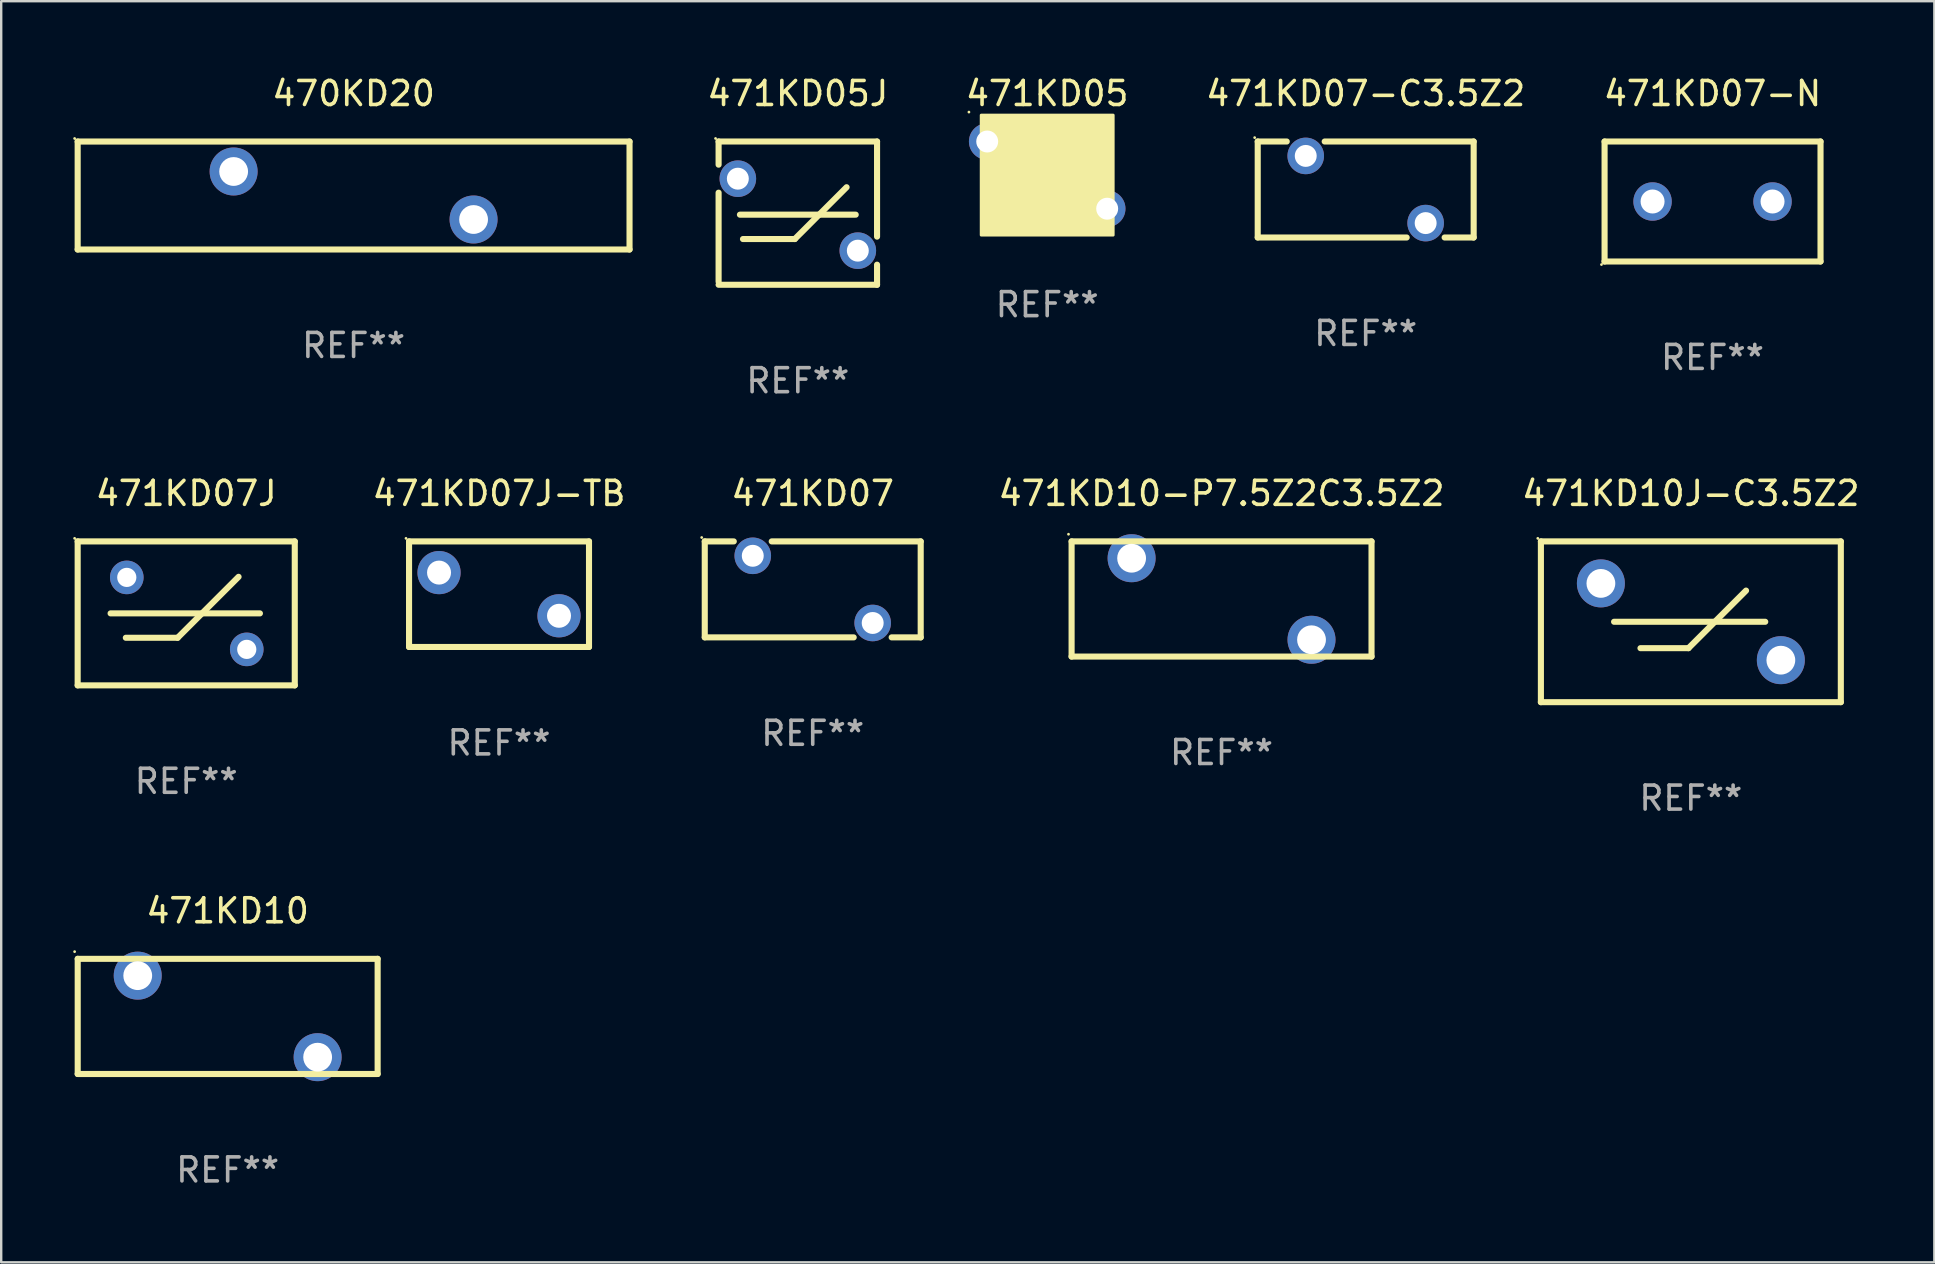
<source format=kicad_pcb>
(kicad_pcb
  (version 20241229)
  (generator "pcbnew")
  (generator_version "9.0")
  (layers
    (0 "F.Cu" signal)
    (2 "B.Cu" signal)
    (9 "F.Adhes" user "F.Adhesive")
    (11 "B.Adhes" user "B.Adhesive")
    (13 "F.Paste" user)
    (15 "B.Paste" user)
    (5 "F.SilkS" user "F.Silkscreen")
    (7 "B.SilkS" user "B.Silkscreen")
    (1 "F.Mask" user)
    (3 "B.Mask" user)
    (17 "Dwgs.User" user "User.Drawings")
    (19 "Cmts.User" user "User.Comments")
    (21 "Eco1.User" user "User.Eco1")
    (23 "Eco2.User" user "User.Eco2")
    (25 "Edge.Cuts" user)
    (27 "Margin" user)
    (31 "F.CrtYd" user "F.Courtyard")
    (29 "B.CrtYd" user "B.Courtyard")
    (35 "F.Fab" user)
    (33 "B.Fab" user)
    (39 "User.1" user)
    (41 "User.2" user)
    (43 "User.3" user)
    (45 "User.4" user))
  (footprint "471KD07-N"
    (layer "F.Cu")
    (at 68.323 5.348)
    (property "Reference" "471KD07-N" (at 0 -4.5 0) (layer "F.SilkS") (effects (font (size 1 1) (thickness 0.15))))
    (attr through_hole)
    (fp_line (start -4.499 -2.5) (end 4.501 -2.5) (stroke (width 0.254) (type solid)) (layer "F.SilkS"))
    (fp_line (start -4.499 2.5) (end -4.499 -2.5) (stroke (width 0.254) (type solid)) (layer "F.SilkS"))
    (fp_line (start 4.501 -2.5) (end 4.501 2.5) (stroke (width 0.254) (type solid)) (layer "F.SilkS"))
    (fp_line (start 4.501 2.5) (end -4.501 2.5) (stroke (width 0.254) (type solid)) (layer "F.SilkS"))
    (fp_circle (center -4.628 2.627) (end -4.598 2.627) (stroke (width 0.06) (type solid)) (fill no) (layer "F.SilkS"))
    (fp_text user "REF**" (at 0 6.5 0) (layer "F.Fab") (effects (font (size 1 1) (thickness 0.15))))
    (pad "1" thru_hole circle (at -2.499 -0.000013) (size 1.6 1.6) (drill 1) (layers "*.Cu" "*.Mask"))
    (pad "2" thru_hole circle (at 2.501 -0.000013) (size 1.6 1.6) (drill 1) (layers "*.Cu" "*.Mask")))
  (footprint "471KD05"
    (layer "F.Cu")
    (at 40.594 4.248)
    (property "Reference" "471KD05" (at 0 -3.4 0) (layer "F.SilkS") (effects (font (size 1 1) (thickness 0.15))))
    (attr through_hole)
    (fp_circle (center -3.262 -2.627) (end -3.232 -2.627) (stroke (width 0.06) (type solid)) (fill no) (layer "F.SilkS"))
    (fp_poly (pts (xy -2.75 -2.5) (xy 2.75 -2.5) (xy 2.75 2.5) (xy -2.75 2.5)) (stroke (width 0.12) (type solid)) (fill yes) (layer "F.SilkS"))
    (fp_text user "REF**" (at 0 5.4 0) (layer "F.Fab") (effects (font (size 1 1) (thickness 0.15))))
    (pad "1" thru_hole circle (at -2.5 -1.4) (size 1.524 1.524) (drill 0.914) (layers "*.Cu" "*.Mask"))
    (pad "2" thru_hole circle (at 2.5 1.4) (size 1.524 1.524) (drill 0.914) (layers "*.Cu" "*.Mask")))
  (footprint "471KD07J-TB"
    (layer "F.Cu")
    (at 17.748 21.714)
    (property "Reference" "471KD07J-TB" (at 0 -4.2 0) (layer "F.SilkS") (effects (font (size 1 1) (thickness 0.15))))
    (attr through_hole)
    (fp_line (start -3.75 -2.2) (end 3.75 -2.2) (stroke (width 0.254) (type solid)) (layer "F.SilkS"))
    (fp_line (start -3.75 2.2) (end -3.75 -2.2) (stroke (width 0.254) (type solid)) (layer "F.SilkS"))
    (fp_line (start 3.75 -2.2) (end 3.75 2.2) (stroke (width 0.254) (type solid)) (layer "F.SilkS"))
    (fp_line (start 3.75 2.2) (end -3.75 2.2) (stroke (width 0.254) (type solid)) (layer "F.SilkS"))
    (fp_circle (center -3.877 -2.327) (end -3.847 -2.327) (stroke (width 0.06) (type solid)) (fill no) (layer "F.SilkS"))
    (fp_text user "REF**" (at 0 6.2 0) (layer "F.Fab") (effects (font (size 1 1) (thickness 0.15))))
    (pad "1" thru_hole circle (at -2.5 -0.9) (size 1.8 1.8) (drill 1) (layers "*.Cu" "*.Mask"))
    (pad "2" thru_hole circle (at 2.5 0.9) (size 1.8 1.8) (drill 1) (layers "*.Cu" "*.Mask")))
  (footprint "471KD10-P7.5Z2C3.5Z2"
    (layer "F.Cu")
    (at 47.86 21.914)
    (property "Reference" "471KD10-P7.5Z2C3.5Z2" (at 0 -4.4 0) (layer "F.SilkS") (effects (font (size 1 1) (thickness 0.15))))
    (attr through_hole)
    (fp_line (start -6.249 -2.4) (end 6.251 -2.4) (stroke (width 0.254) (type solid)) (layer "F.SilkS"))
    (fp_line (start -6.249 2.4) (end -6.249 -2.4) (stroke (width 0.254) (type solid)) (layer "F.SilkS"))
    (fp_line (start 6.251 -2.4) (end 6.251 2.4) (stroke (width 0.254) (type solid)) (layer "F.SilkS"))
    (fp_line (start 6.251 2.4) (end -6.251 2.4) (stroke (width 0.254) (type solid)) (layer "F.SilkS"))
    (fp_circle (center -6.378 -2.699) (end -6.348 -2.699) (stroke (width 0.06) (type solid)) (fill no) (layer "F.SilkS"))
    (fp_text user "REF**" (at 0 6.4 0) (layer "F.Fab") (effects (font (size 1 1) (thickness 0.15))))
    (pad "1" thru_hole circle (at -3.748 -1.699) (size 2 2) (drill 1.2) (layers "*.Cu" "*.Mask"))
    (pad "2" thru_hole circle (at 3.75 1.699) (size 2 2) (drill 1.2) (layers "*.Cu" "*.Mask")))
  (footprint "471KD05J"
    (layer "F.Cu")
    (at 30.201 5.833)
    (property "Reference" "471KD05J" (at 0 -4.985 0) (layer "F.SilkS") (effects (font (size 1 1) (thickness 0.15))))
    (attr through_hole)
    (fp_line (start -3.302 -2.985) (end -3.302 -2.02) (stroke (width 0.254) (type solid)) (layer "F.SilkS"))
    (fp_line (start -3.302 -2.985) (end 3.302 -2.985) (stroke (width 0.254) (type solid)) (layer "F.SilkS"))
    (fp_line (start -3.302 -0.853) (end -3.302 2.858) (stroke (width 0.254) (type solid)) (layer "F.SilkS"))
    (fp_line (start -2.413 0.064) (end 2.413 0.064) (stroke (width 0.254) (type solid)) (layer "F.SilkS"))
    (fp_line (start -2.286 1.08) (end -0.127 1.08) (stroke (width 0.254) (type solid)) (layer "F.SilkS"))
    (fp_line (start -0.127 1.08) (end 2.032 -1.08) (stroke (width 0.254) (type solid)) (layer "F.SilkS"))
    (fp_line (start 3.302 -2.985) (end 3.302 0.979) (stroke (width 0.254) (type solid)) (layer "F.SilkS"))
    (fp_line (start 3.302 2.148) (end 3.302 2.985) (stroke (width 0.254) (type solid)) (layer "F.SilkS"))
    (fp_line (start 3.302 2.985) (end -3.302 2.985) (stroke (width 0.254) (type solid)) (layer "F.SilkS"))
    (fp_circle (center -3.429 -3.112) (end -3.399 -3.112) (stroke (width 0.06) (type solid)) (fill no) (layer "F.SilkS"))
    (fp_text user "REF**" (at 0 6.985 0) (layer "F.Fab") (effects (font (size 1 1) (thickness 0.15))))
    (pad "1" thru_hole circle (at -2.5 -1.436) (size 1.524 1.524) (drill 0.914) (layers "*.Cu" "*.Mask"))
    (pad "2" thru_hole circle (at 2.5 1.564) (size 1.524 1.524) (drill 0.914) (layers "*.Cu" "*.Mask")))
  (footprint "471KD10"
    (layer "F.Cu")
    (at 6.438 39.311)
    (property "Reference" "471KD10" (at 0 -4.4 0) (layer "F.SilkS") (effects (font (size 1 1) (thickness 0.15))))
    (attr through_hole)
    (fp_line (start -6.249 -2.4) (end 6.251 -2.4) (stroke (width 0.254) (type solid)) (layer "F.SilkS"))
    (fp_line (start -6.249 2.4) (end -6.249 -2.4) (stroke (width 0.254) (type solid)) (layer "F.SilkS"))
    (fp_line (start 6.251 -2.4) (end 6.251 2.4) (stroke (width 0.254) (type solid)) (layer "F.SilkS"))
    (fp_line (start 6.251 2.4) (end -6.251 2.4) (stroke (width 0.254) (type solid)) (layer "F.SilkS"))
    (fp_circle (center -6.378 -2.699) (end -6.348 -2.699) (stroke (width 0.06) (type solid)) (fill no) (layer "F.SilkS"))
    (fp_text user "REF**" (at 0 6.4 0) (layer "F.Fab") (effects (font (size 1 1) (thickness 0.15))))
    (pad "1" thru_hole circle (at -3.748 -1.699) (size 2 2) (drill 1.2) (layers "*.Cu" "*.Mask"))
    (pad "2" thru_hole circle (at 3.75 1.699) (size 2 2) (drill 1.2) (layers "*.Cu" "*.Mask")))
  (footprint "471KD07J"
    (layer "F.Cu")
    (at 4.711 22.514)
    (property "Reference" "471KD07J" (at 0 -5 0) (layer "F.SilkS") (effects (font (size 1 1) (thickness 0.15))))
    (attr through_hole)
    (fp_line (start -4.524 -3) (end -4.524 3) (stroke (width 0.254) (type solid)) (layer "F.SilkS"))
    (fp_line (start -4.524 -3) (end 4.524 -3) (stroke (width 0.254) (type solid)) (layer "F.SilkS"))
    (fp_line (start -4.524 3) (end 4.524 3) (stroke (width 0.254) (type solid)) (layer "F.SilkS"))
    (fp_line (start -3.152 0) (end 3.072 0) (stroke (width 0.254) (type solid)) (layer "F.SilkS"))
    (fp_line (start -2.517 1.016) (end -0.358 1.016) (stroke (width 0.254) (type solid)) (layer "F.SilkS"))
    (fp_line (start -0.358 1.016) (end 2.182 -1.524) (stroke (width 0.254) (type solid)) (layer "F.SilkS"))
    (fp_line (start 4.524 -3) (end 4.524 3) (stroke (width 0.254) (type solid)) (layer "F.SilkS"))
    (fp_circle (center -4.651 -3.127) (end -4.621 -3.127) (stroke (width 0.06) (type solid)) (fill no) (layer "F.SilkS"))
    (fp_text user "REF**" (at 0 7 0) (layer "F.Fab") (effects (font (size 1 1) (thickness 0.15))))
    (pad "1" thru_hole circle (at -2.477 -1.5) (size 1.4 1.4) (drill 0.8) (layers "*.Cu" "*.Mask"))
    (pad "2" thru_hole circle (at 2.523 1.5) (size 1.4 1.4) (drill 0.8) (layers "*.Cu" "*.Mask")))
  (footprint "470KD20"
    (layer "F.Cu")
    (at 11.687 5.099)
    (property "Reference" "470KD20" (at 0 -4.25 0) (layer "F.SilkS") (effects (font (size 1 1) (thickness 0.15))))
    (attr through_hole)
    (fp_line (start -11.5 -2.25) (end 11.5 -2.25) (stroke (width 0.254) (type solid)) (layer "F.SilkS"))
    (fp_line (start -11.5 2.25) (end -11.5 -2.25) (stroke (width 0.254) (type solid)) (layer "F.SilkS"))
    (fp_line (start 11.5 -2.25) (end 11.5 2.25) (stroke (width 0.254) (type solid)) (layer "F.SilkS"))
    (fp_line (start 11.5 2.249) (end -11.5 2.249) (stroke (width 0.254) (type solid)) (layer "F.SilkS"))
    (fp_circle (center -11.627 -2.377) (end -11.597 -2.377) (stroke (width 0.06) (type solid)) (fill no) (layer "F.SilkS"))
    (fp_text user "REF**" (at 0 6.25 0) (layer "F.Fab") (effects (font (size 1 1) (thickness 0.15))))
    (pad "1" thru_hole circle (at -5 -1.002) (size 2 2) (drill 1.2) (layers "*.Cu" "*.Mask"))
    (pad "2" thru_hole circle (at 5 0.999) (size 2 2) (drill 1.2) (layers "*.Cu" "*.Mask")))
  (footprint "471KD07"
    (layer "F.Cu")
    (at 30.822 21.514)
    (property "Reference" "471KD07" (at 0 -4 0) (layer "F.SilkS") (effects (font (size 1 1) (thickness 0.15))))
    (attr through_hole)
    (fp_line (start -4.5 -2) (end -3.29 -2) (stroke (width 0.254) (type solid)) (layer "F.SilkS"))
    (fp_line (start -4.5 1.998) (end -4.5 -2) (stroke (width 0.254) (type solid)) (layer "F.SilkS"))
    (fp_line (start -1.709 -2) (end 4.5 -2) (stroke (width 0.254) (type solid)) (layer "F.SilkS"))
    (fp_line (start 1.708 2) (end -4.5 2) (stroke (width 0.254) (type solid)) (layer "F.SilkS"))
    (fp_line (start 4.5 -2) (end 4.5 2) (stroke (width 0.254) (type solid)) (layer "F.SilkS"))
    (fp_line (start 4.5 2) (end 3.29 2) (stroke (width 0.254) (type solid)) (layer "F.SilkS"))
    (fp_circle (center -4.627 -2.162) (end -4.597 -2.162) (stroke (width 0.06) (type solid)) (fill no) (layer "F.SilkS"))
    (fp_text user "REF**" (at 0 6 0) (layer "F.Fab") (effects (font (size 1 1) (thickness 0.15))))
    (pad "1" thru_hole circle (at -2.499 -1.4) (size 1.524 1.524) (drill 0.914) (layers "*.Cu" "*.Mask"))
    (pad "2" thru_hole circle (at 2.499 1.4) (size 1.524 1.524) (drill 0.914) (layers "*.Cu" "*.Mask")))
  (footprint "471KD07-C3.5Z2"
    (layer "F.Cu")
    (at 53.868 4.848)
    (property "Reference" "471KD07-C3.5Z2" (at 0 -4 0) (layer "F.SilkS") (effects (font (size 1 1) (thickness 0.15))))
    (attr through_hole)
    (fp_line (start -4.5 -2) (end -3.29 -2) (stroke (width 0.254) (type solid)) (layer "F.SilkS"))
    (fp_line (start -4.5 1.998) (end -4.5 -2) (stroke (width 0.254) (type solid)) (layer "F.SilkS"))
    (fp_line (start -1.709 -2) (end 4.5 -2) (stroke (width 0.254) (type solid)) (layer "F.SilkS"))
    (fp_line (start 1.708 2) (end -4.5 2) (stroke (width 0.254) (type solid)) (layer "F.SilkS"))
    (fp_line (start 4.5 -2) (end 4.5 2) (stroke (width 0.254) (type solid)) (layer "F.SilkS"))
    (fp_line (start 4.5 2) (end 3.29 2) (stroke (width 0.254) (type solid)) (layer "F.SilkS"))
    (fp_circle (center -4.627 -2.162) (end -4.597 -2.162) (stroke (width 0.06) (type solid)) (fill no) (layer "F.SilkS"))
    (fp_text user "REF**" (at 0 6 0) (layer "F.Fab") (effects (font (size 1 1) (thickness 0.15))))
    (pad "1" thru_hole circle (at -2.499 -1.4) (size 1.524 1.524) (drill 0.914) (layers "*.Cu" "*.Mask"))
    (pad "2" thru_hole circle (at 2.499 1.4) (size 1.524 1.524) (drill 0.914) (layers "*.Cu" "*.Mask")))
  (footprint "471KD10J-C3.5Z2"
    (layer "F.Cu")
    (at 67.419 22.864)
    (property "Reference" "471KD10J-C3.5Z2" (at 0 -5.35 0) (layer "F.SilkS") (effects (font (size 1 1) (thickness 0.15))))
    (attr through_hole)
    (fp_line (start -6.249 -3.35) (end 6.251 -3.35) (stroke (width 0.254) (type solid)) (layer "F.SilkS"))
    (fp_line (start -6.249 3.35) (end -6.249 -3.35) (stroke (width 0.254) (type solid)) (layer "F.SilkS"))
    (fp_line (start -3.199 -0.000254) (end 3.101 -0.000254) (stroke (width 0.254) (type solid)) (layer "F.SilkS"))
    (fp_line (start -2.099 1.1) (end -0.099 1.1) (stroke (width 0.254) (type solid)) (layer "F.SilkS"))
    (fp_line (start -0.099 1.1) (end 2.301 -1.3) (stroke (width 0.254) (type solid)) (layer "F.SilkS"))
    (fp_line (start 6.251 -3.35) (end 6.251 3.35) (stroke (width 0.254) (type solid)) (layer "F.SilkS"))
    (fp_line (start 6.251 3.35) (end -6.251 3.35) (stroke (width 0.254) (type solid)) (layer "F.SilkS"))
    (fp_circle (center -6.378 -3.477) (end -6.348 -3.477) (stroke (width 0.06) (type solid)) (fill no) (layer "F.SilkS"))
    (fp_text user "REF**" (at 0 7.35 0) (layer "F.Fab") (effects (font (size 1 1) (thickness 0.15))))
    (pad "1" thru_hole circle (at -3.749 -1.6) (size 2 2) (drill 1.2) (layers "*.Cu" "*.Mask"))
    (pad "2" thru_hole circle (at 3.751 1.6) (size 2 2) (drill 1.2) (layers "*.Cu" "*.Mask")))
  (gr_rect
    (start -3 -3)
    (end 77.568 49.56)
    (stroke (width 0.1) (type default))
    (fill no)
    (layer "Edge.Cuts")))
</source>
